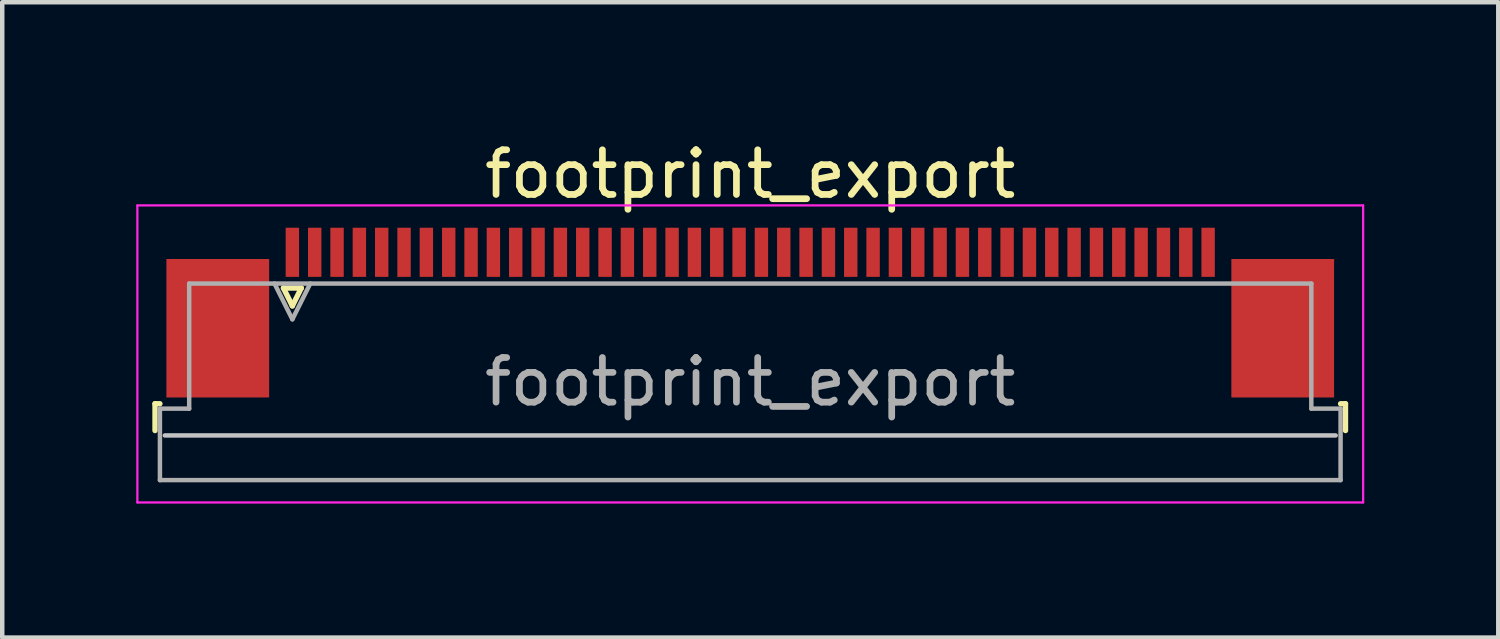
<source format=kicad_pcb>
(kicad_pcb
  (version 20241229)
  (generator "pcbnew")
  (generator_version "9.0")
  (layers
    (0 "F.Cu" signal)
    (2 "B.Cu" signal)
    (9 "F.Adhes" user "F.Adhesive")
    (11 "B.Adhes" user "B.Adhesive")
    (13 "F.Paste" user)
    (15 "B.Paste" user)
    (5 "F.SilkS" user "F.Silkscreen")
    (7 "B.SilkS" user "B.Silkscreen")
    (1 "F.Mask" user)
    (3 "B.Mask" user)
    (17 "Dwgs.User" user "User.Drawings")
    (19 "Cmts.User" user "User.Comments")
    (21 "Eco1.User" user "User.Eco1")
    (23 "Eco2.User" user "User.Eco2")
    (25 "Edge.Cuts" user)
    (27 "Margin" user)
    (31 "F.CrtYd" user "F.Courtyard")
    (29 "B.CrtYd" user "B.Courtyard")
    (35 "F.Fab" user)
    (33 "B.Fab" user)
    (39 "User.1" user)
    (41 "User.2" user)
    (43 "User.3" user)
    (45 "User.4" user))
  (footprint "footprint_export"
    (layer "F.Cu")
    (at 13.745 3.948)
    (property "Reference" "footprint_export" (at 0 -3.1 0) (layer "F.SilkS") (effects (font (size 1 1) (thickness 0.15))))
    (attr smd)
    (fp_line (start -13.325 2.04) (end -13.325 2.64) (stroke (width 0.12) (type solid)) (layer "F.SilkS"))
    (fp_line (start -13.215 2.04) (end -13.325 2.04) (stroke (width 0.12) (type solid)) (layer "F.SilkS"))
    (fp_line (start -10.45 -0.55) (end -10.25 -0.15) (stroke (width 0.12) (type solid)) (layer "F.SilkS"))
    (fp_line (start -10.25 -0.15) (end -10.05 -0.55) (stroke (width 0.12) (type solid)) (layer "F.SilkS"))
    (fp_line (start -10.05 -0.55) (end -10.45 -0.55) (stroke (width 0.12) (type solid)) (layer "F.SilkS"))
    (fp_line (start 13.215 2.04) (end 13.325 2.04) (stroke (width 0.12) (type solid)) (layer "F.SilkS"))
    (fp_line (start 13.325 2.04) (end 13.325 2.64) (stroke (width 0.12) (type solid)) (layer "F.SilkS"))
    (fp_line (start 13.105 2.75) (end -13.105 2.75) (stroke (width 0.1) (type solid)) (layer "Dwgs.User"))
    (fp_line (start -13.72 -2.4) (end -13.72 4.25) (stroke (width 0.05) (type solid)) (layer "F.CrtYd"))
    (fp_line (start -13.72 4.25) (end 13.72 4.25) (stroke (width 0.05) (type solid)) (layer "F.CrtYd"))
    (fp_line (start 13.72 -2.4) (end -13.72 -2.4) (stroke (width 0.05) (type solid)) (layer "F.CrtYd"))
    (fp_line (start 13.72 4.25) (end 13.72 -2.4) (stroke (width 0.05) (type solid)) (layer "F.CrtYd"))
    (fp_line (start -13.215 2.15) (end -12.56 2.15) (stroke (width 0.1) (type solid)) (layer "F.Fab"))
    (fp_line (start -13.215 3.75) (end -13.215 2.15) (stroke (width 0.1) (type solid)) (layer "F.Fab"))
    (fp_line (start -12.56 -0.65) (end 12.56 -0.65) (stroke (width 0.1) (type solid)) (layer "F.Fab"))
    (fp_line (start -12.56 2.15) (end -12.56 -0.65) (stroke (width 0.1) (type solid)) (layer "F.Fab"))
    (fp_line (start -10.65 -0.65) (end -10.25 0.15) (stroke (width 0.1) (type solid)) (layer "F.Fab"))
    (fp_line (start -10.25 0.15) (end -9.85 -0.65) (stroke (width 0.1) (type solid)) (layer "F.Fab"))
    (fp_line (start 12.56 -0.65) (end 12.56 2.15) (stroke (width 0.1) (type solid)) (layer "F.Fab"))
    (fp_line (start 12.56 2.15) (end 13.215 2.15) (stroke (width 0.1) (type solid)) (layer "F.Fab"))
    (fp_line (start 13.215 2.15) (end 13.215 3.75) (stroke (width 0.1) (type solid)) (layer "F.Fab"))
    (fp_line (start 13.215 3.75) (end -13.215 3.75) (stroke (width 0.1) (type solid)) (layer "F.Fab"))
    (fp_text user "${REFERENCE}" (at 0 1.55 0) (layer "F.Fab") (effects (font (size 1 1) (thickness 0.15))))
    (pad "1" smd rect (at -10.25 -1.35) (size 0.3 1.1) (layers "F.Cu" "F.Mask" "F.Paste"))
    (pad "2" smd rect (at -9.75 -1.35) (size 0.3 1.1) (layers "F.Cu" "F.Mask" "F.Paste"))
    (pad "3" smd rect (at -9.25 -1.35) (size 0.3 1.1) (layers "F.Cu" "F.Mask" "F.Paste"))
    (pad "4" smd rect (at -8.75 -1.35) (size 0.3 1.1) (layers "F.Cu" "F.Mask" "F.Paste"))
    (pad "5" smd rect (at -8.25 -1.35) (size 0.3 1.1) (layers "F.Cu" "F.Mask" "F.Paste"))
    (pad "6" smd rect (at -7.75 -1.35) (size 0.3 1.1) (layers "F.Cu" "F.Mask" "F.Paste"))
    (pad "7" smd rect (at -7.25 -1.35) (size 0.3 1.1) (layers "F.Cu" "F.Mask" "F.Paste"))
    (pad "8" smd rect (at -6.75 -1.35) (size 0.3 1.1) (layers "F.Cu" "F.Mask" "F.Paste"))
    (pad "9" smd rect (at -6.25 -1.35) (size 0.3 1.1) (layers "F.Cu" "F.Mask" "F.Paste"))
    (pad "10" smd rect (at -5.75 -1.35) (size 0.3 1.1) (layers "F.Cu" "F.Mask" "F.Paste"))
    (pad "11" smd rect (at -5.25 -1.35) (size 0.3 1.1) (layers "F.Cu" "F.Mask" "F.Paste"))
    (pad "12" smd rect (at -4.75 -1.35) (size 0.3 1.1) (layers "F.Cu" "F.Mask" "F.Paste"))
    (pad "13" smd rect (at -4.25 -1.35) (size 0.3 1.1) (layers "F.Cu" "F.Mask" "F.Paste"))
    (pad "14" smd rect (at -3.75 -1.35) (size 0.3 1.1) (layers "F.Cu" "F.Mask" "F.Paste"))
    (pad "15" smd rect (at -3.25 -1.35) (size 0.3 1.1) (layers "F.Cu" "F.Mask" "F.Paste"))
    (pad "16" smd rect (at -2.75 -1.35) (size 0.3 1.1) (layers "F.Cu" "F.Mask" "F.Paste"))
    (pad "17" smd rect (at -2.25 -1.35) (size 0.3 1.1) (layers "F.Cu" "F.Mask" "F.Paste"))
    (pad "18" smd rect (at -1.75 -1.35) (size 0.3 1.1) (layers "F.Cu" "F.Mask" "F.Paste"))
    (pad "19" smd rect (at -1.25 -1.35) (size 0.3 1.1) (layers "F.Cu" "F.Mask" "F.Paste"))
    (pad "20" smd rect (at -0.75 -1.35) (size 0.3 1.1) (layers "F.Cu" "F.Mask" "F.Paste"))
    (pad "21" smd rect (at -0.25 -1.35) (size 0.3 1.1) (layers "F.Cu" "F.Mask" "F.Paste"))
    (pad "22" smd rect (at 0.25 -1.35) (size 0.3 1.1) (layers "F.Cu" "F.Mask" "F.Paste"))
    (pad "23" smd rect (at 0.75 -1.35) (size 0.3 1.1) (layers "F.Cu" "F.Mask" "F.Paste"))
    (pad "24" smd rect (at 1.25 -1.35) (size 0.3 1.1) (layers "F.Cu" "F.Mask" "F.Paste"))
    (pad "25" smd rect (at 1.75 -1.35) (size 0.3 1.1) (layers "F.Cu" "F.Mask" "F.Paste"))
    (pad "26" smd rect (at 2.25 -1.35) (size 0.3 1.1) (layers "F.Cu" "F.Mask" "F.Paste"))
    (pad "27" smd rect (at 2.75 -1.35) (size 0.3 1.1) (layers "F.Cu" "F.Mask" "F.Paste"))
    (pad "28" smd rect (at 3.25 -1.35) (size 0.3 1.1) (layers "F.Cu" "F.Mask" "F.Paste"))
    (pad "29" smd rect (at 3.75 -1.35) (size 0.3 1.1) (layers "F.Cu" "F.Mask" "F.Paste"))
    (pad "30" smd rect (at 4.25 -1.35) (size 0.3 1.1) (layers "F.Cu" "F.Mask" "F.Paste"))
    (pad "31" smd rect (at 4.75 -1.35) (size 0.3 1.1) (layers "F.Cu" "F.Mask" "F.Paste"))
    (pad "32" smd rect (at 5.25 -1.35) (size 0.3 1.1) (layers "F.Cu" "F.Mask" "F.Paste"))
    (pad "33" smd rect (at 5.75 -1.35) (size 0.3 1.1) (layers "F.Cu" "F.Mask" "F.Paste"))
    (pad "34" smd rect (at 6.25 -1.35) (size 0.3 1.1) (layers "F.Cu" "F.Mask" "F.Paste"))
    (pad "35" smd rect (at 6.75 -1.35) (size 0.3 1.1) (layers "F.Cu" "F.Mask" "F.Paste"))
    (pad "36" smd rect (at 7.25 -1.35) (size 0.3 1.1) (layers "F.Cu" "F.Mask" "F.Paste"))
    (pad "37" smd rect (at 7.75 -1.35) (size 0.3 1.1) (layers "F.Cu" "F.Mask" "F.Paste"))
    (pad "38" smd rect (at 8.25 -1.35) (size 0.3 1.1) (layers "F.Cu" "F.Mask" "F.Paste"))
    (pad "39" smd rect (at 8.75 -1.35) (size 0.3 1.1) (layers "F.Cu" "F.Mask" "F.Paste"))
    (pad "40" smd rect (at 9.25 -1.35) (size 0.3 1.1) (layers "F.Cu" "F.Mask" "F.Paste"))
    (pad "41" smd rect (at 9.75 -1.35) (size 0.3 1.1) (layers "F.Cu" "F.Mask" "F.Paste"))
    (pad "42" smd rect (at 10.25 -1.35) (size 0.3 1.1) (layers "F.Cu" "F.Mask" "F.Paste"))
    (pad "MP" smd rect (at -11.92 0.35) (size 2.3 3.1) (layers "F.Cu" "F.Mask" "F.Paste"))
    (pad "MP" smd rect (at 11.92 0.35) (size 2.3 3.1) (layers "F.Cu" "F.Mask" "F.Paste")))
  (gr_rect
    (start -3 -3)
    (end 30.49 11.223)
    (stroke (width 0.1) (type default))
    (fill no)
    (layer "Edge.Cuts")))
</source>
